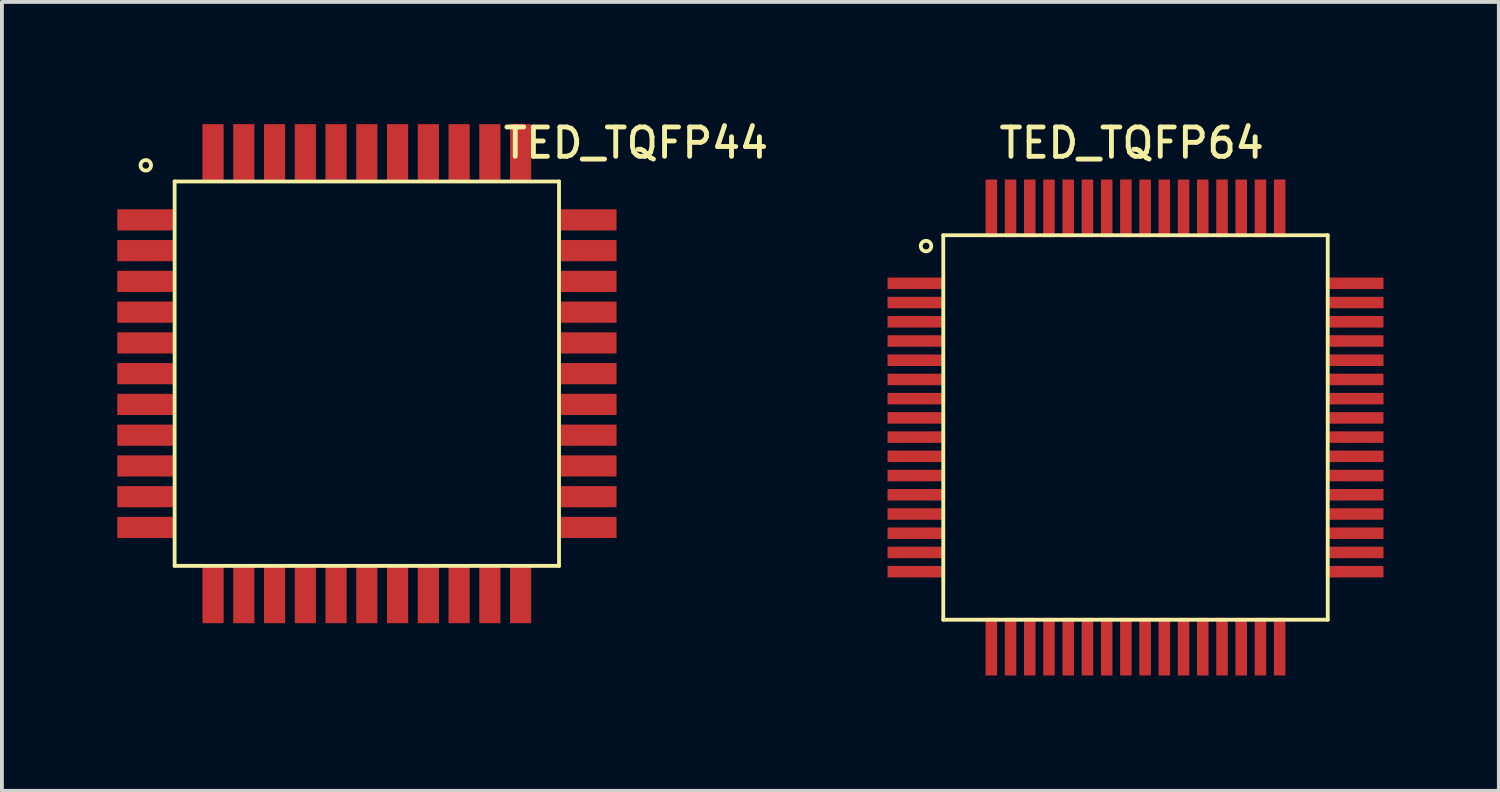
<source format=kicad_pcb>
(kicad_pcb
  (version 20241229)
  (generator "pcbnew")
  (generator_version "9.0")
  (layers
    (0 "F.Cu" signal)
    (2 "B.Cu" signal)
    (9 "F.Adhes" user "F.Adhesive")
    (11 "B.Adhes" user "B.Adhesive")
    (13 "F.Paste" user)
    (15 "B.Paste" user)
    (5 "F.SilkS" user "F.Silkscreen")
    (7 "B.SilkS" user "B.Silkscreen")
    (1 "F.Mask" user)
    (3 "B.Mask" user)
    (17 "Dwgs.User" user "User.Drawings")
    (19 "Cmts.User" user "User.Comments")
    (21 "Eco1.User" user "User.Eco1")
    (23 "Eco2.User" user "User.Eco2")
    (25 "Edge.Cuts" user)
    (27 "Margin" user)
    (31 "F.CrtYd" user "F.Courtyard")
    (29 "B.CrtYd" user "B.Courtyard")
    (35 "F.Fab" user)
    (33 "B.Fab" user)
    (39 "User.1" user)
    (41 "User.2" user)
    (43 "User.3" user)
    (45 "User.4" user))
  (footprint "TED_TQFP64"
    (layer "F.Cu")
    (at 26.484 8.069)
    (property "Reference" "TED_TQFP64" (at -0.1 -7.4 0) (layer "F.SilkS") (effects (font (size 0.762 0.762) (thickness 0.127))))
    (attr smd)
    (fp_line (start -5 -5) (end 5 -5) (stroke (width 0.099) (type solid)) (layer "F.SilkS"))
    (fp_line (start -5 5) (end -5 -5) (stroke (width 0.099) (type solid)) (layer "F.SilkS"))
    (fp_line (start 5 -5) (end 5 5) (stroke (width 0.099) (type solid)) (layer "F.SilkS"))
    (fp_line (start 5 5) (end -5 5) (stroke (width 0.099) (type solid)) (layer "F.SilkS"))
    (fp_circle (center -5.449 -4.719) (end -5.398 -4.592) (stroke (width 0.099) (type solid)) (fill no) (layer "F.SilkS"))
    (pad "1" smd rect (at -5.7 -3.75) (size 1.5 0.3) (layers "F.Cu" "F.Mask" "F.Paste"))
    (pad "2" smd rect (at -5.7 -3.25) (size 1.5 0.3) (layers "F.Cu" "F.Mask" "F.Paste"))
    (pad "3" smd rect (at -5.7 -2.75) (size 1.5 0.3) (layers "F.Cu" "F.Mask" "F.Paste"))
    (pad "4" smd rect (at -5.7 -2.25) (size 1.5 0.3) (layers "F.Cu" "F.Mask" "F.Paste"))
    (pad "5" smd rect (at -5.7 -1.75) (size 1.5 0.3) (layers "F.Cu" "F.Mask" "F.Paste"))
    (pad "6" smd rect (at -5.7 -1.25) (size 1.5 0.3) (layers "F.Cu" "F.Mask" "F.Paste"))
    (pad "7" smd rect (at -5.7 -0.75) (size 1.5 0.3) (layers "F.Cu" "F.Mask" "F.Paste"))
    (pad "8" smd rect (at -5.7 -0.25) (size 1.5 0.3) (layers "F.Cu" "F.Mask" "F.Paste"))
    (pad "9" smd rect (at -5.7 0.25) (size 1.5 0.3) (layers "F.Cu" "F.Mask" "F.Paste"))
    (pad "10" smd rect (at -5.7 0.75) (size 1.5 0.3) (layers "F.Cu" "F.Mask" "F.Paste"))
    (pad "11" smd rect (at -5.7 1.25) (size 1.5 0.3) (layers "F.Cu" "F.Mask" "F.Paste"))
    (pad "12" smd rect (at -5.7 1.75) (size 1.5 0.3) (layers "F.Cu" "F.Mask" "F.Paste"))
    (pad "13" smd rect (at -5.7 2.25) (size 1.5 0.3) (layers "F.Cu" "F.Mask" "F.Paste"))
    (pad "14" smd rect (at -5.7 2.75) (size 1.5 0.3) (layers "F.Cu" "F.Mask" "F.Paste"))
    (pad "15" smd rect (at -5.7 3.25) (size 1.5 0.3) (layers "F.Cu" "F.Mask" "F.Paste"))
    (pad "16" smd rect (at -5.7 3.75) (size 1.5 0.3) (layers "F.Cu" "F.Mask" "F.Paste"))
    (pad "17" smd rect (at -3.75 5.7) (size 0.3 1.5) (layers "F.Cu" "F.Mask" "F.Paste"))
    (pad "18" smd rect (at -3.25 5.7) (size 0.3 1.5) (layers "F.Cu" "F.Mask" "F.Paste"))
    (pad "19" smd rect (at -2.75 5.7) (size 0.3 1.5) (layers "F.Cu" "F.Mask" "F.Paste"))
    (pad "20" smd rect (at -2.25 5.7) (size 0.3 1.5) (layers "F.Cu" "F.Mask" "F.Paste"))
    (pad "21" smd rect (at -1.75 5.7) (size 0.3 1.5) (layers "F.Cu" "F.Mask" "F.Paste"))
    (pad "22" smd rect (at -1.25 5.7) (size 0.3 1.5) (layers "F.Cu" "F.Mask" "F.Paste"))
    (pad "23" smd rect (at -0.75 5.7) (size 0.3 1.5) (layers "F.Cu" "F.Mask" "F.Paste"))
    (pad "24" smd rect (at -0.25 5.7) (size 0.3 1.5) (layers "F.Cu" "F.Mask" "F.Paste"))
    (pad "25" smd rect (at 0.25 5.7) (size 0.3 1.5) (layers "F.Cu" "F.Mask" "F.Paste"))
    (pad "26" smd rect (at 0.75 5.7) (size 0.3 1.5) (layers "F.Cu" "F.Mask" "F.Paste"))
    (pad "27" smd rect (at 1.25 5.7) (size 0.3 1.5) (layers "F.Cu" "F.Mask" "F.Paste"))
    (pad "28" smd rect (at 1.75 5.7) (size 0.3 1.5) (layers "F.Cu" "F.Mask" "F.Paste"))
    (pad "29" smd rect (at 2.25 5.7) (size 0.3 1.5) (layers "F.Cu" "F.Mask" "F.Paste"))
    (pad "30" smd rect (at 2.75 5.7) (size 0.3 1.5) (layers "F.Cu" "F.Mask" "F.Paste"))
    (pad "31" smd rect (at 3.25 5.7) (size 0.3 1.5) (layers "F.Cu" "F.Mask" "F.Paste"))
    (pad "32" smd rect (at 3.75 5.7) (size 0.3 1.5) (layers "F.Cu" "F.Mask" "F.Paste"))
    (pad "33" smd rect (at 5.7 3.75) (size 1.5 0.3) (layers "F.Cu" "F.Mask" "F.Paste"))
    (pad "34" smd rect (at 5.7 3.25) (size 1.5 0.3) (layers "F.Cu" "F.Mask" "F.Paste"))
    (pad "35" smd rect (at 5.7 2.75) (size 1.5 0.3) (layers "F.Cu" "F.Mask" "F.Paste"))
    (pad "36" smd rect (at 5.7 2.25) (size 1.5 0.3) (layers "F.Cu" "F.Mask" "F.Paste"))
    (pad "37" smd rect (at 5.7 1.75) (size 1.5 0.3) (layers "F.Cu" "F.Mask" "F.Paste"))
    (pad "38" smd rect (at 5.7 1.25) (size 1.5 0.3) (layers "F.Cu" "F.Mask" "F.Paste"))
    (pad "39" smd rect (at 5.7 0.75) (size 1.5 0.3) (layers "F.Cu" "F.Mask" "F.Paste"))
    (pad "40" smd rect (at 5.7 0.25) (size 1.5 0.3) (layers "F.Cu" "F.Mask" "F.Paste"))
    (pad "41" smd rect (at 5.7 -0.25) (size 1.5 0.3) (layers "F.Cu" "F.Mask" "F.Paste"))
    (pad "42" smd rect (at 5.7 -0.75) (size 1.5 0.3) (layers "F.Cu" "F.Mask" "F.Paste"))
    (pad "43" smd rect (at 5.7 -1.25) (size 1.5 0.3) (layers "F.Cu" "F.Mask" "F.Paste"))
    (pad "44" smd rect (at 5.7 -1.75) (size 1.5 0.3) (layers "F.Cu" "F.Mask" "F.Paste"))
    (pad "45" smd rect (at 5.7 -2.25) (size 1.5 0.3) (layers "F.Cu" "F.Mask" "F.Paste"))
    (pad "46" smd rect (at 5.7 -2.75) (size 1.5 0.3) (layers "F.Cu" "F.Mask" "F.Paste"))
    (pad "47" smd rect (at 5.7 -3.25) (size 1.5 0.3) (layers "F.Cu" "F.Mask" "F.Paste"))
    (pad "48" smd rect (at 5.7 -3.75) (size 1.5 0.3) (layers "F.Cu" "F.Mask" "F.Paste"))
    (pad "49" smd rect (at 3.75 -5.7) (size 0.3 1.5) (layers "F.Cu" "F.Mask" "F.Paste"))
    (pad "50" smd rect (at 3.25 -5.7) (size 0.3 1.5) (layers "F.Cu" "F.Mask" "F.Paste"))
    (pad "51" smd rect (at 2.75 -5.7) (size 0.3 1.5) (layers "F.Cu" "F.Mask" "F.Paste"))
    (pad "52" smd rect (at 2.25 -5.7) (size 0.3 1.5) (layers "F.Cu" "F.Mask" "F.Paste"))
    (pad "53" smd rect (at 1.75 -5.7) (size 0.3 1.5) (layers "F.Cu" "F.Mask" "F.Paste"))
    (pad "54" smd rect (at 1.25 -5.7) (size 0.3 1.5) (layers "F.Cu" "F.Mask" "F.Paste"))
    (pad "55" smd rect (at 0.75 -5.7) (size 0.3 1.5) (layers "F.Cu" "F.Mask" "F.Paste"))
    (pad "56" smd rect (at 0.25 -5.7) (size 0.3 1.5) (layers "F.Cu" "F.Mask" "F.Paste"))
    (pad "57" smd rect (at -0.25 -5.7) (size 0.3 1.5) (layers "F.Cu" "F.Mask" "F.Paste"))
    (pad "58" smd rect (at -0.75 -5.7) (size 0.3 1.5) (layers "F.Cu" "F.Mask" "F.Paste"))
    (pad "59" smd rect (at -1.25 -5.7) (size 0.3 1.5) (layers "F.Cu" "F.Mask" "F.Paste"))
    (pad "60" smd rect (at -1.75 -5.7) (size 0.3 1.5) (layers "F.Cu" "F.Mask" "F.Paste"))
    (pad "61" smd rect (at -2.25 -5.7) (size 0.3 1.5) (layers "F.Cu" "F.Mask" "F.Paste"))
    (pad "62" smd rect (at -2.75 -5.7) (size 0.3 1.5) (layers "F.Cu" "F.Mask" "F.Paste"))
    (pad "63" smd rect (at -3.25 -5.7) (size 0.3 1.5) (layers "F.Cu" "F.Mask" "F.Paste"))
    (pad "64" smd rect (at -3.75 -5.7) (size 0.3 1.5) (layers "F.Cu" "F.Mask" "F.Paste")))
  (footprint "TED_TQFP44"
    (layer "F.Cu")
    (at 6.491 6.669)
    (property "Reference" "TED_TQFP44" (at 7 -6 0) (layer "F.SilkS") (effects (font (size 0.762 0.762) (thickness 0.127))))
    (attr smd)
    (fp_line (start -4.999 -4.999) (end 4.999 -4.999) (stroke (width 0.099) (type solid)) (layer "F.SilkS"))
    (fp_line (start -4.999 4.999) (end -4.999 -4.999) (stroke (width 0.099) (type solid)) (layer "F.SilkS"))
    (fp_line (start 4.999 -4.999) (end 4.999 4.999) (stroke (width 0.099) (type solid)) (layer "F.SilkS"))
    (fp_line (start 4.999 4.999) (end -4.999 4.999) (stroke (width 0.099) (type solid)) (layer "F.SilkS"))
    (fp_circle (center -5.749 -5.419) (end -5.698 -5.292) (stroke (width 0.099) (type solid)) (fill no) (layer "F.SilkS"))
    (pad "1" smd rect (at -5.74 -4 270) (size 0.551 1.501) (layers "F.Cu" "F.Mask" "F.Paste"))
    (pad "2" smd rect (at -5.74 -3.2 270) (size 0.551 1.501) (layers "F.Cu" "F.Mask" "F.Paste"))
    (pad "3" smd rect (at -5.74 -2.4 270) (size 0.551 1.501) (layers "F.Cu" "F.Mask" "F.Paste"))
    (pad "4" smd rect (at -5.74 -1.6 270) (size 0.551 1.501) (layers "F.Cu" "F.Mask" "F.Paste"))
    (pad "5" smd rect (at -5.74 -0.8 270) (size 0.551 1.501) (layers "F.Cu" "F.Mask" "F.Paste"))
    (pad "6" smd rect (at -5.74 0 270) (size 0.551 1.501) (layers "F.Cu" "F.Mask" "F.Paste"))
    (pad "7" smd rect (at -5.74 0.8 270) (size 0.551 1.501) (layers "F.Cu" "F.Mask" "F.Paste"))
    (pad "8" smd rect (at -5.74 1.6 270) (size 0.551 1.501) (layers "F.Cu" "F.Mask" "F.Paste"))
    (pad "9" smd rect (at -5.74 2.4 270) (size 0.551 1.501) (layers "F.Cu" "F.Mask" "F.Paste"))
    (pad "10" smd rect (at -5.74 3.2 270) (size 0.551 1.501) (layers "F.Cu" "F.Mask" "F.Paste"))
    (pad "11" smd rect (at -5.74 4 270) (size 0.551 1.501) (layers "F.Cu" "F.Mask" "F.Paste"))
    (pad "12" smd rect (at -4 5.74 180) (size 0.551 1.501) (layers "F.Cu" "F.Mask" "F.Paste"))
    (pad "13" smd rect (at -3.2 5.74 180) (size 0.551 1.501) (layers "F.Cu" "F.Mask" "F.Paste"))
    (pad "14" smd rect (at -2.4 5.74 180) (size 0.551 1.501) (layers "F.Cu" "F.Mask" "F.Paste"))
    (pad "15" smd rect (at -1.6 5.74 180) (size 0.551 1.501) (layers "F.Cu" "F.Mask" "F.Paste"))
    (pad "16" smd rect (at -0.8 5.74 180) (size 0.551 1.501) (layers "F.Cu" "F.Mask" "F.Paste"))
    (pad "17" smd rect (at 0 5.74 180) (size 0.551 1.501) (layers "F.Cu" "F.Mask" "F.Paste"))
    (pad "18" smd rect (at 0.8 5.74 180) (size 0.551 1.501) (layers "F.Cu" "F.Mask" "F.Paste"))
    (pad "19" smd rect (at 1.6 5.74 180) (size 0.551 1.501) (layers "F.Cu" "F.Mask" "F.Paste"))
    (pad "20" smd rect (at 2.4 5.74 180) (size 0.551 1.501) (layers "F.Cu" "F.Mask" "F.Paste"))
    (pad "21" smd rect (at 3.2 5.74 180) (size 0.551 1.501) (layers "F.Cu" "F.Mask" "F.Paste"))
    (pad "22" smd rect (at 4 5.74 180) (size 0.551 1.501) (layers "F.Cu" "F.Mask" "F.Paste"))
    (pad "23" smd rect (at 5.745 4 270) (size 0.551 1.501) (layers "F.Cu" "F.Mask" "F.Paste"))
    (pad "24" smd rect (at 5.745 3.2 270) (size 0.551 1.501) (layers "F.Cu" "F.Mask" "F.Paste"))
    (pad "25" smd rect (at 5.745 2.4 270) (size 0.551 1.501) (layers "F.Cu" "F.Mask" "F.Paste"))
    (pad "26" smd rect (at 5.745 1.6 270) (size 0.551 1.501) (layers "F.Cu" "F.Mask" "F.Paste"))
    (pad "27" smd rect (at 5.745 0.8 270) (size 0.551 1.501) (layers "F.Cu" "F.Mask" "F.Paste"))
    (pad "28" smd rect (at 5.745 0 270) (size 0.551 1.501) (layers "F.Cu" "F.Mask" "F.Paste"))
    (pad "29" smd rect (at 5.745 -0.8 270) (size 0.551 1.501) (layers "F.Cu" "F.Mask" "F.Paste"))
    (pad "30" smd rect (at 5.745 -1.6 270) (size 0.551 1.501) (layers "F.Cu" "F.Mask" "F.Paste"))
    (pad "31" smd rect (at 5.745 -2.4 270) (size 0.551 1.501) (layers "F.Cu" "F.Mask" "F.Paste"))
    (pad "32" smd rect (at 5.745 -3.2 270) (size 0.551 1.501) (layers "F.Cu" "F.Mask" "F.Paste"))
    (pad "33" smd rect (at 5.745 -4 270) (size 0.551 1.501) (layers "F.Cu" "F.Mask" "F.Paste"))
    (pad "34" smd rect (at 4 -5.74 180) (size 0.551 1.501) (layers "F.Cu" "F.Mask" "F.Paste"))
    (pad "35" smd rect (at 3.2 -5.74 180) (size 0.551 1.501) (layers "F.Cu" "F.Mask" "F.Paste"))
    (pad "36" smd rect (at 2.4 -5.74 180) (size 0.551 1.501) (layers "F.Cu" "F.Mask" "F.Paste"))
    (pad "37" smd rect (at 1.6 -5.74 180) (size 0.551 1.501) (layers "F.Cu" "F.Mask" "F.Paste"))
    (pad "38" smd rect (at 0.8 -5.74 180) (size 0.551 1.501) (layers "F.Cu" "F.Mask" "F.Paste"))
    (pad "39" smd rect (at 0 -5.74 180) (size 0.551 1.501) (layers "F.Cu" "F.Mask" "F.Paste"))
    (pad "40" smd rect (at -0.8 -5.74 180) (size 0.551 1.501) (layers "F.Cu" "F.Mask" "F.Paste"))
    (pad "41" smd rect (at -1.6 -5.74 180) (size 0.551 1.501) (layers "F.Cu" "F.Mask" "F.Paste"))
    (pad "42" smd rect (at -2.4 -5.74 180) (size 0.551 1.501) (layers "F.Cu" "F.Mask" "F.Paste"))
    (pad "43" smd rect (at -3.2 -5.74 180) (size 0.551 1.501) (layers "F.Cu" "F.Mask" "F.Paste"))
    (pad "44" smd rect (at -4 -5.74 180) (size 0.551 1.501) (layers "F.Cu" "F.Mask" "F.Paste")))
  (gr_rect
    (start -3 -3)
    (end 35.934 17.519)
    (stroke (width 0.1) (type default))
    (fill no)
    (layer "Edge.Cuts")))
</source>
